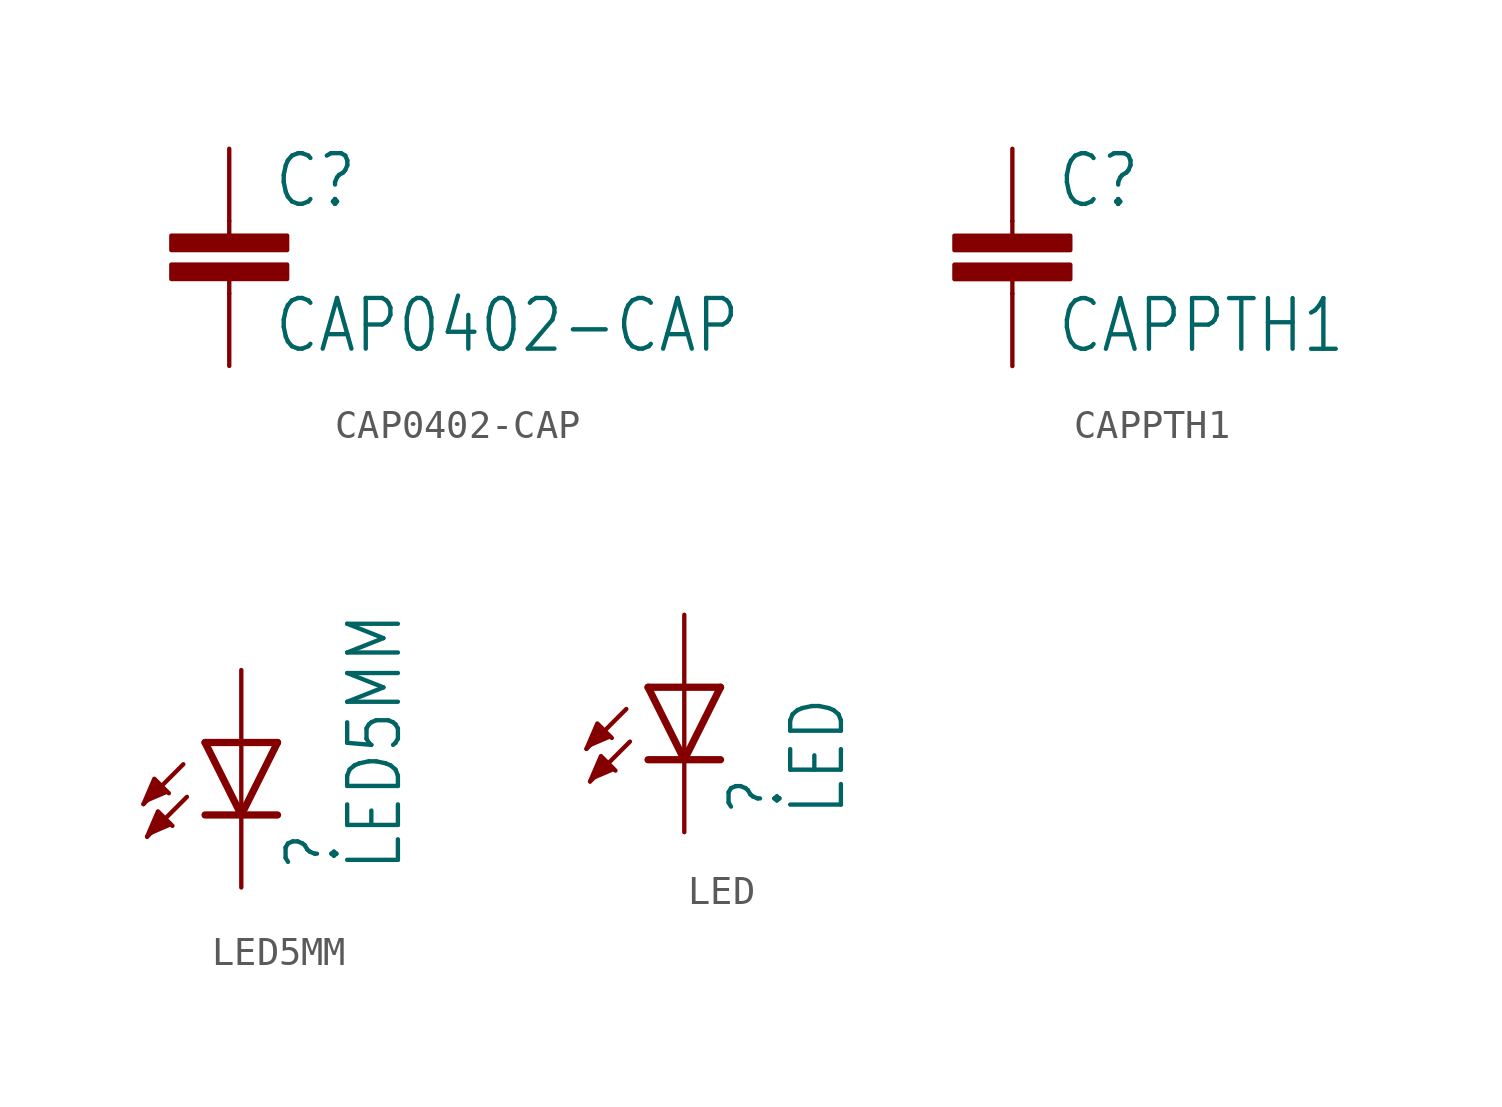
<source format=kicad_sym>
(kicad_symbol_lib
  (version 20211014)
  (generator kicad_symbol_editor)
  (symbol "CAP0402-CAP"
    (property "Reference" "C"
      (at 1.524 2.921 0)
      (effects (font (size 1.778 1.511)) (justify left bottom)))
    (property "Value" "CAP0402-CAP"
      (at 1.524 -2.159 0)
      (effects (font (size 1.778 1.511)) (justify left bottom)))
    (property "ki_locked" ""
      (at 0 0 0)
      (effects (font (size 1.27 1.27))))
    (symbol "CAP0402-CAP_1_0"
      (rectangle (start -2.032 0.508) (end 2.032 1.016) (stroke (width 0) (type default) (color 0 0 0 0)) (fill (type outline)))
      (rectangle (start -2.032 1.524) (end 2.032 2.032) (stroke (width 0) (type default) (color 0 0 0 0)) (fill (type outline)))
      (polyline (pts (xy 0 0) (xy 0 0.508)) (stroke (width 0.152) (type default) (color 0 0 0 0)) (fill (type none)))
      (polyline (pts (xy 0 2.54) (xy 0 2.032)) (stroke (width 0.152) (type default) (color 0 0 0 0)) (fill (type none)))
      (pin passive line (at 0 5.08 270) (length 2.54) (name "1" (effects (font (size 0 0)))) (number "1" (effects (font (size 0 0)))))
      (pin passive line (at 0 -2.54 90) (length 2.54) (name "2" (effects (font (size 0 0)))) (number "2" (effects (font (size 0 0)))))))
  (symbol "CAPPTH1"
    (property "Reference" "C"
      (at 1.524 2.921 0)
      (effects (font (size 1.778 1.511)) (justify left bottom)))
    (property "Value" "CAPPTH1"
      (at 1.524 -2.159 0)
      (effects (font (size 1.778 1.511)) (justify left bottom)))
    (property "ki_locked" ""
      (at 0 0 0)
      (effects (font (size 1.27 1.27))))
    (symbol "CAPPTH1_1_0"
      (rectangle (start -2.032 0.508) (end 2.032 1.016) (stroke (width 0) (type default) (color 0 0 0 0)) (fill (type outline)))
      (rectangle (start -2.032 1.524) (end 2.032 2.032) (stroke (width 0) (type default) (color 0 0 0 0)) (fill (type outline)))
      (polyline (pts (xy 0 0) (xy 0 0.508)) (stroke (width 0.152) (type default) (color 0 0 0 0)) (fill (type none)))
      (polyline (pts (xy 0 2.54) (xy 0 2.032)) (stroke (width 0.152) (type default) (color 0 0 0 0)) (fill (type none)))
      (pin passive line (at 0 5.08 270) (length 2.54) (name "1" (effects (font (size 0 0)))) (number "1" (effects (font (size 0 0)))))
      (pin passive line (at 0 -2.54 90) (length 2.54) (name "2" (effects (font (size 0 0)))) (number "2" (effects (font (size 0 0)))))))
  (symbol "LED5MM"
    (property "Reference" ""
      (at 3.556 -2.032 90)
      (effects (font (size 1.778 1.511)) (justify left bottom)))
    (property "Value" "LED5MM"
      (at 5.715 -2.032 90)
      (effects (font (size 1.778 1.511)) (justify left bottom)))
    (property "ki_locked" ""
      (at 0 0 0)
      (effects (font (size 1.27 1.27))))
    (symbol "LED5MM_1_0"
      (polyline (pts (xy -2.032 1.778) (xy -3.429 0.381)) (stroke (width 0.152) (type default) (color 0 0 0 0)) (fill (type none)))
      (polyline (pts (xy -1.905 0.635) (xy -3.302 -0.762)) (stroke (width 0.152) (type default) (color 0 0 0 0)) (fill (type none)))
      (polyline (pts (xy 0 0) (xy -1.27 0)) (stroke (width 0.254) (type default) (color 0 0 0 0)) (fill (type none)))
      (polyline (pts (xy 0 0) (xy -1.27 2.54)) (stroke (width 0.254) (type default) (color 0 0 0 0)) (fill (type none)))
      (polyline (pts (xy 0 2.54) (xy -1.27 2.54)) (stroke (width 0.254) (type default) (color 0 0 0 0)) (fill (type none)))
      (polyline (pts (xy 0 2.54) (xy 0 0)) (stroke (width 0.152) (type default) (color 0 0 0 0)) (fill (type none)))
      (polyline (pts (xy 1.27 0) (xy 0 0)) (stroke (width 0.254) (type default) (color 0 0 0 0)) (fill (type none)))
      (polyline (pts (xy 1.27 2.54) (xy 0 0)) (stroke (width 0.254) (type default) (color 0 0 0 0)) (fill (type none)))
      (polyline (pts (xy 1.27 2.54) (xy 0 2.54)) (stroke (width 0.254) (type default) (color 0 0 0 0)) (fill (type none)))
      (polyline (pts (xy -3.429 0.381) (xy -3.048 1.27) (xy -2.54 0.762)) (stroke (width 0) (type default) (color 0 0 0 0)) (fill (type outline)))
      (polyline (pts (xy -3.302 -0.762) (xy -2.921 0.127) (xy -2.413 -0.381)) (stroke (width 0) (type default) (color 0 0 0 0)) (fill (type outline)))
      (pin passive line (at 0 5.08 270) (length 2.54) (name "A" (effects (font (size 0 0)))) (number "IN" (effects (font (size 0 0)))))
      (pin passive line (at 0 -2.54 90) (length 2.54) (name "C" (effects (font (size 0 0)))) (number "OUT" (effects (font (size 0 0)))))))
  (symbol "LED"
    (property "Reference" ""
      (at 3.556 -2.032 90)
      (effects (font (size 1.778 1.511)) (justify left bottom)))
    (property "Value" "LED"
      (at 5.715 -2.032 90)
      (effects (font (size 1.778 1.511)) (justify left bottom)))
    (property "ki_locked" ""
      (at 0 0 0)
      (effects (font (size 1.27 1.27))))
    (symbol "LED_1_0"
      (polyline (pts (xy -2.032 1.778) (xy -3.429 0.381)) (stroke (width 0.152) (type default) (color 0 0 0 0)) (fill (type none)))
      (polyline (pts (xy -1.905 0.635) (xy -3.302 -0.762)) (stroke (width 0.152) (type default) (color 0 0 0 0)) (fill (type none)))
      (polyline (pts (xy 0 0) (xy -1.27 0)) (stroke (width 0.254) (type default) (color 0 0 0 0)) (fill (type none)))
      (polyline (pts (xy 0 0) (xy -1.27 2.54)) (stroke (width 0.254) (type default) (color 0 0 0 0)) (fill (type none)))
      (polyline (pts (xy 0 2.54) (xy -1.27 2.54)) (stroke (width 0.254) (type default) (color 0 0 0 0)) (fill (type none)))
      (polyline (pts (xy 0 2.54) (xy 0 0)) (stroke (width 0.152) (type default) (color 0 0 0 0)) (fill (type none)))
      (polyline (pts (xy 1.27 0) (xy 0 0)) (stroke (width 0.254) (type default) (color 0 0 0 0)) (fill (type none)))
      (polyline (pts (xy 1.27 2.54) (xy 0 0)) (stroke (width 0.254) (type default) (color 0 0 0 0)) (fill (type none)))
      (polyline (pts (xy 1.27 2.54) (xy 0 2.54)) (stroke (width 0.254) (type default) (color 0 0 0 0)) (fill (type none)))
      (polyline (pts (xy -3.429 0.381) (xy -3.048 1.27) (xy -2.54 0.762)) (stroke (width 0) (type default) (color 0 0 0 0)) (fill (type outline)))
      (polyline (pts (xy -3.302 -0.762) (xy -2.921 0.127) (xy -2.413 -0.381)) (stroke (width 0) (type default) (color 0 0 0 0)) (fill (type outline)))
      (pin passive line (at 0 5.08 270) (length 2.54) (name "A" (effects (font (size 0 0)))) (number "1" (effects (font (size 0 0)))))
      (pin passive line (at 0 -2.54 90) (length 2.54) (name "C" (effects (font (size 0 0)))) (number "2" (effects (font (size 0 0))))))))
</source>
